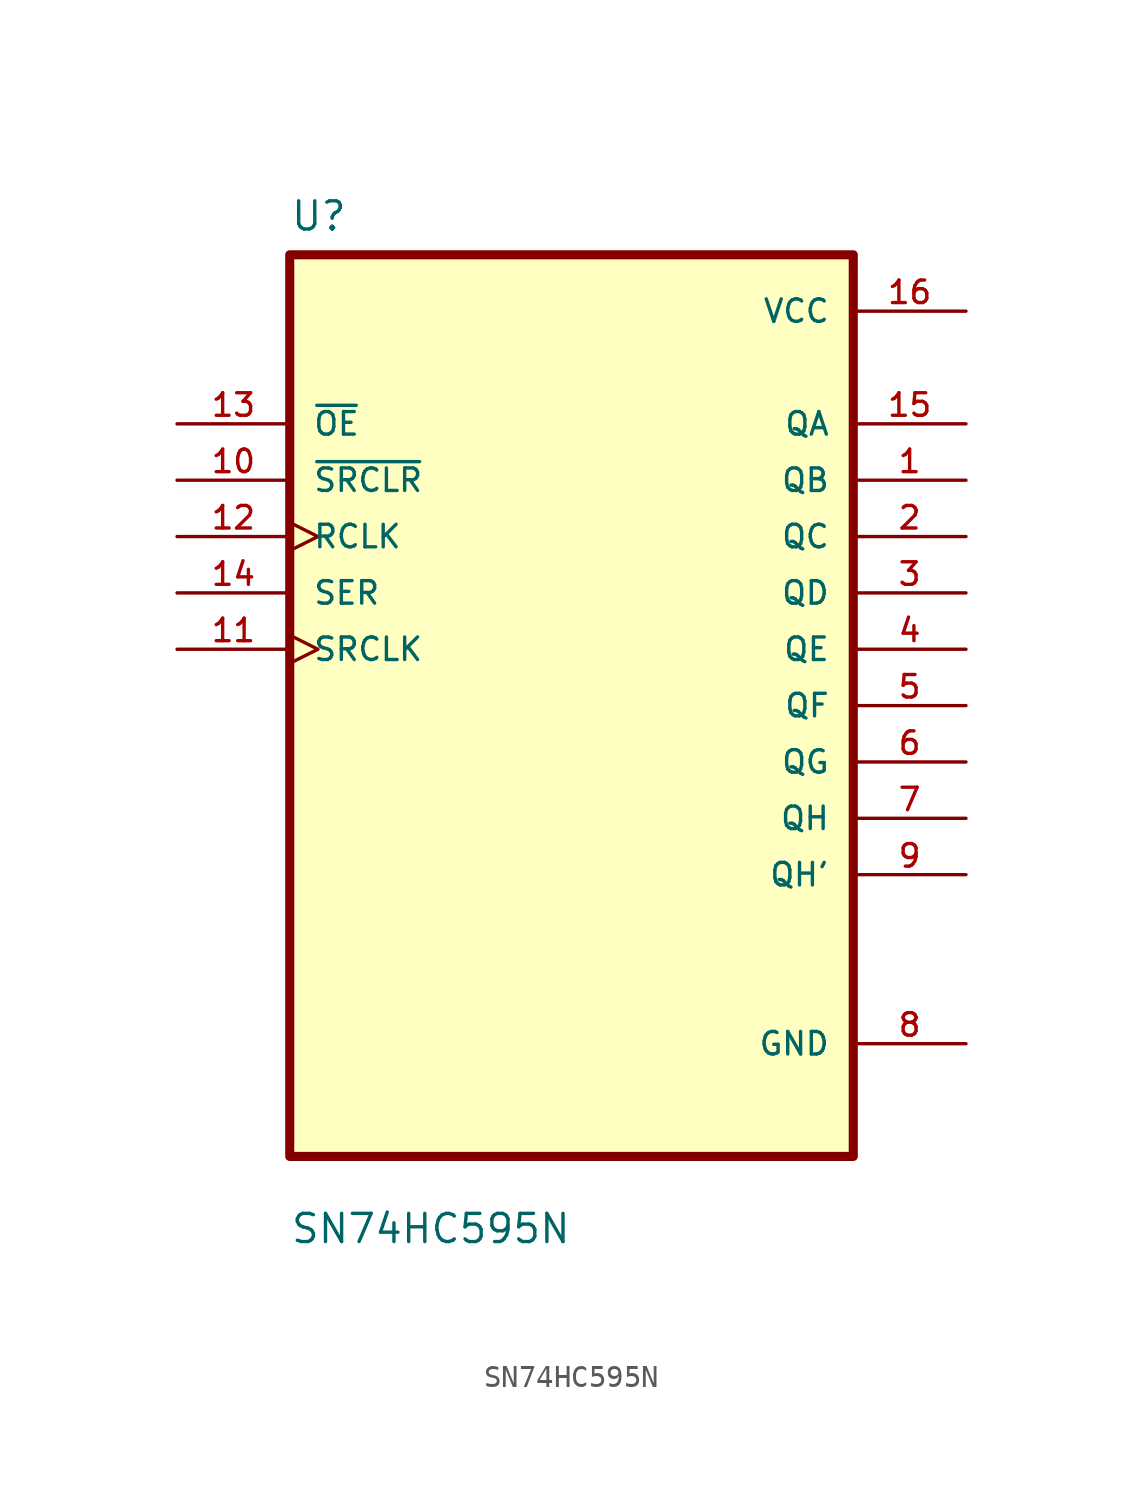
<source format=kicad_sym>
(kicad_symbol_lib
  (version 20211014)
  (generator kicad_symbol_editor)
  (symbol "SN74HC595N"
    (pin_names
      (offset 1.016))
    (property "Reference" "U"
      (at -12.7 21.32 0.0)
      (effects (font (size 1.27 1.27)) (justify bottom left)))
    (property "Value" "SN74HC595N"
      (at -12.7 -24.32 0.0)
      (effects (font (size 1.27 1.27)) (justify bottom left)))
    (symbol "SN74HC595N_0_0"
      (rectangle (start -12.7 -20.32) (end 12.7 20.32) (stroke (width 0.41)) (fill (type background)))
      (pin input line (at -17.78 12.7 0) (length 5.08) (name "~{OE}" (effects (font (size 1.016 1.016)))) (number "13" (effects (font (size 1.016 1.016)))))
      (pin input line (at -17.78 10.16 0) (length 5.08) (name "~{SRCLR}" (effects (font (size 1.016 1.016)))) (number "10" (effects (font (size 1.016 1.016)))))
      (pin input clock (at -17.78 7.62 0) (length 5.08) (name "RCLK" (effects (font (size 1.016 1.016)))) (number "12" (effects (font (size 1.016 1.016)))))
      (pin input line (at -17.78 5.08 0) (length 5.08) (name "SER" (effects (font (size 1.016 1.016)))) (number "14" (effects (font (size 1.016 1.016)))))
      (pin input clock (at -17.78 2.54 0) (length 5.08) (name "SRCLK" (effects (font (size 1.016 1.016)))) (number "11" (effects (font (size 1.016 1.016)))))
      (pin power_in line (at 17.78 17.78 180.0) (length 5.08) (name "VCC" (effects (font (size 1.016 1.016)))) (number "16" (effects (font (size 1.016 1.016)))))
      (pin output line (at 17.78 12.7 180.0) (length 5.08) (name "QA" (effects (font (size 1.016 1.016)))) (number "15" (effects (font (size 1.016 1.016)))))
      (pin output line (at 17.78 10.16 180.0) (length 5.08) (name "QB" (effects (font (size 1.016 1.016)))) (number "1" (effects (font (size 1.016 1.016)))))
      (pin output line (at 17.78 7.62 180.0) (length 5.08) (name "QC" (effects (font (size 1.016 1.016)))) (number "2" (effects (font (size 1.016 1.016)))))
      (pin output line (at 17.78 5.08 180.0) (length 5.08) (name "QD" (effects (font (size 1.016 1.016)))) (number "3" (effects (font (size 1.016 1.016)))))
      (pin output line (at 17.78 2.54 180.0) (length 5.08) (name "QE" (effects (font (size 1.016 1.016)))) (number "4" (effects (font (size 1.016 1.016)))))
      (pin output line (at 17.78 0.0 180.0) (length 5.08) (name "QF" (effects (font (size 1.016 1.016)))) (number "5" (effects (font (size 1.016 1.016)))))
      (pin output line (at 17.78 -2.54 180.0) (length 5.08) (name "QG" (effects (font (size 1.016 1.016)))) (number "6" (effects (font (size 1.016 1.016)))))
      (pin output line (at 17.78 -5.08 180.0) (length 5.08) (name "QH" (effects (font (size 1.016 1.016)))) (number "7" (effects (font (size 1.016 1.016)))))
      (pin output line (at 17.78 -7.62 180.0) (length 5.08) (name "QH'" (effects (font (size 1.016 1.016)))) (number "9" (effects (font (size 1.016 1.016)))))
      (pin power_in line (at 17.78 -15.24 180.0) (length 5.08) (name "GND" (effects (font (size 1.016 1.016)))) (number "8" (effects (font (size 1.016 1.016))))))))
</source>
